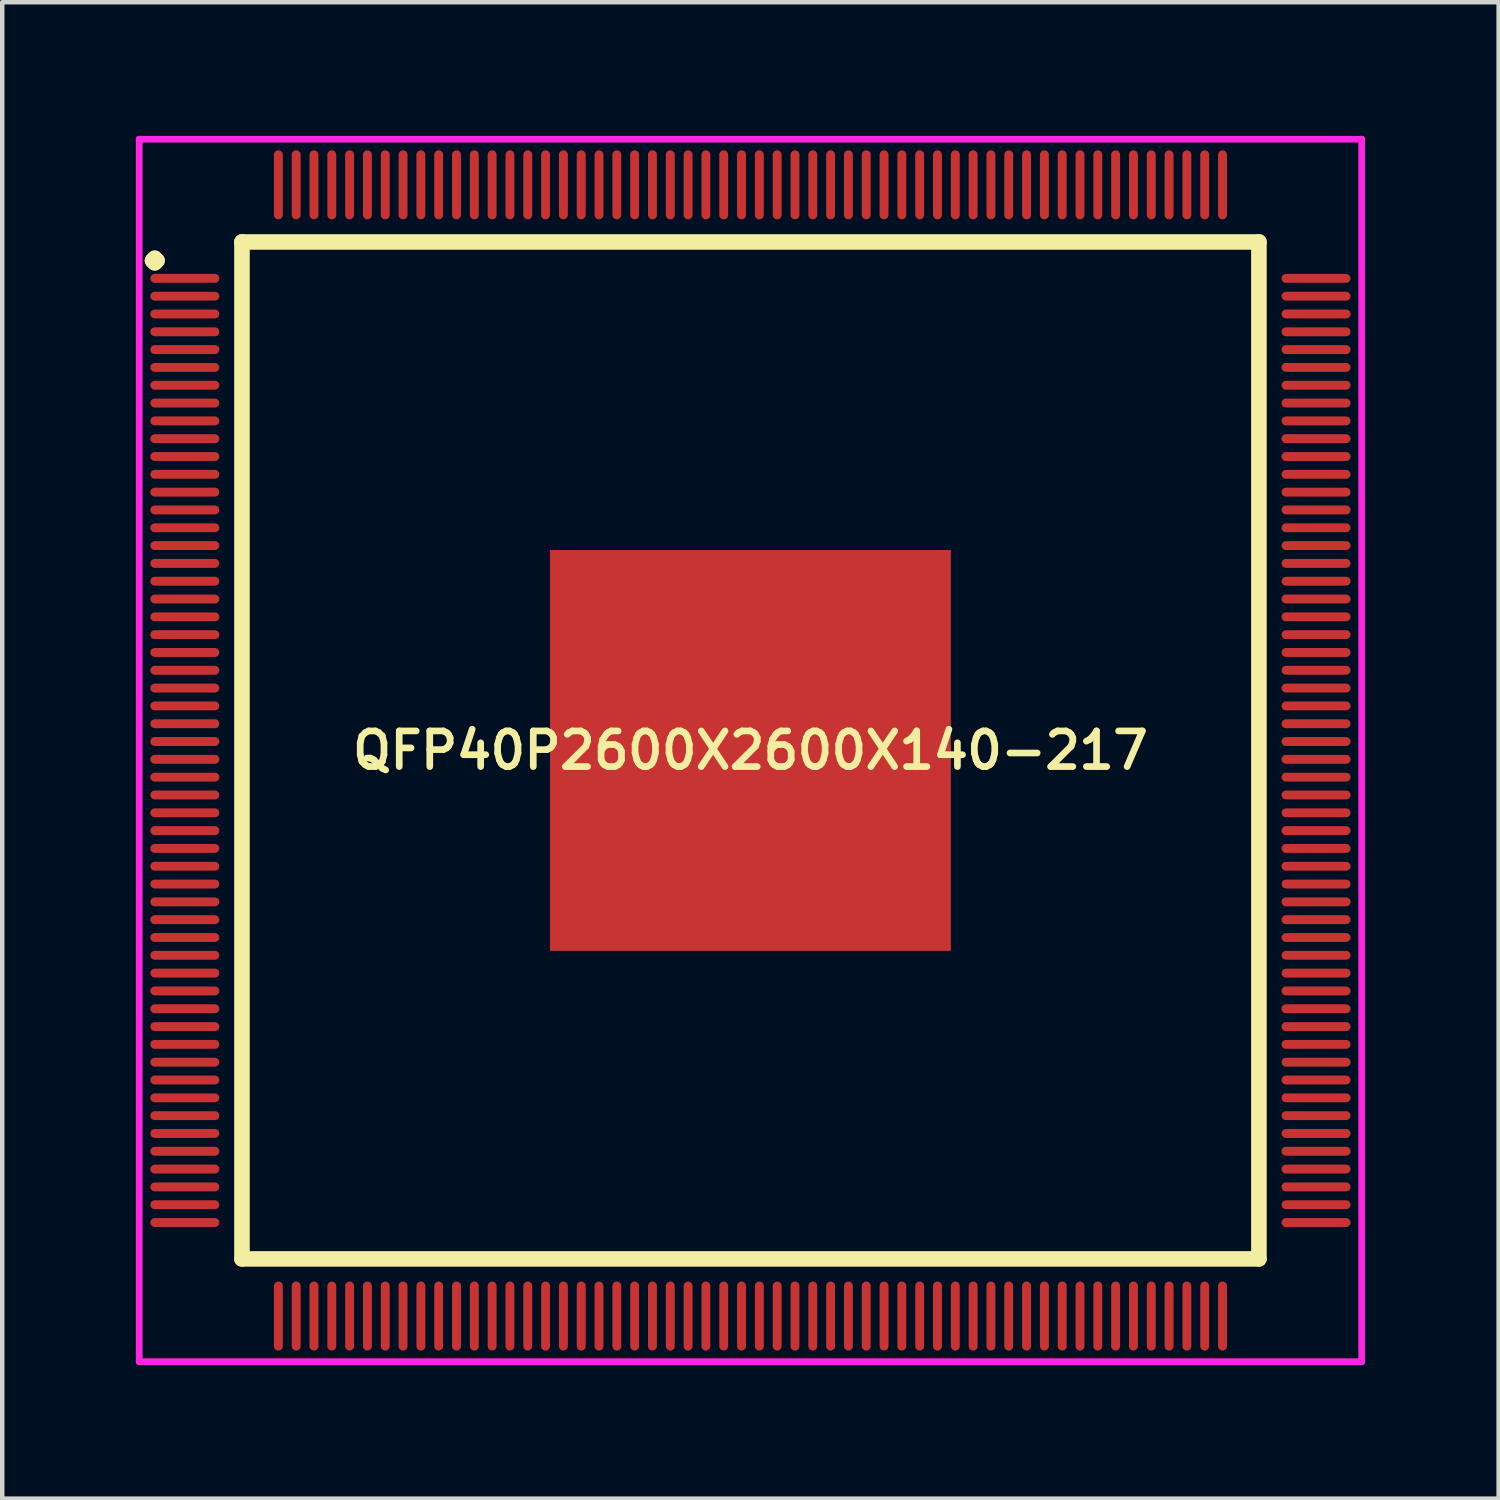
<source format=kicad_pcb>
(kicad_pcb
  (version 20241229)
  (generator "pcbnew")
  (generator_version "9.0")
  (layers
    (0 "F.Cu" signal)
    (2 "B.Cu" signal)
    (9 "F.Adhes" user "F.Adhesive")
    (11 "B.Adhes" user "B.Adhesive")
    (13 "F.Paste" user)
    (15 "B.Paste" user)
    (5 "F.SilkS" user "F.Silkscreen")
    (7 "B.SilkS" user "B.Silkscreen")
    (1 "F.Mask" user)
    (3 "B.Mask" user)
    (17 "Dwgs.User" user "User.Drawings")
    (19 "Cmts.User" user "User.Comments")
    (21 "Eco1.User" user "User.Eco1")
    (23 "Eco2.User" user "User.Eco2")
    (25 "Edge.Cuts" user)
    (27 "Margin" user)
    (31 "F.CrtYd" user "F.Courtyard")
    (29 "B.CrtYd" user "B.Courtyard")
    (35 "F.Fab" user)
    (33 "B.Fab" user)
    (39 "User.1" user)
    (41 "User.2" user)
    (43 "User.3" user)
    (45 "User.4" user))
  (footprint "QFP40P2600X2600X140-217"
    (layer "F.Cu")
    (at 13.8 13.8)
    (property "Reference" "QFP40P2600X2600X140-217" (at 0 0 0) (layer "F.SilkS") (effects (font (size 0.8 0.8) (thickness 0.15))))
    (attr smd)
    (fp_line (start -13.425 -11) (end -13.375 -11.05) (stroke (width 0.35) (type solid)) (layer "F.SilkS"))
    (fp_line (start -13.375 -11.05) (end -13.325 -11) (stroke (width 0.35) (type solid)) (layer "F.SilkS"))
    (fp_line (start -13.375 -10.95) (end -13.425 -11) (stroke (width 0.35) (type solid)) (layer "F.SilkS"))
    (fp_line (start -13.325 -11) (end -13.375 -10.95) (stroke (width 0.35) (type solid)) (layer "F.SilkS"))
    (fp_line (start -11.417 -11.417) (end -11.417 11.417) (stroke (width 0.35) (type solid)) (layer "F.SilkS"))
    (fp_line (start -11.417 11.417) (end 11.417 11.417) (stroke (width 0.35) (type solid)) (layer "F.SilkS"))
    (fp_line (start 11.417 -11.417) (end -11.417 -11.417) (stroke (width 0.35) (type solid)) (layer "F.SilkS"))
    (fp_line (start 11.417 11.417) (end 11.417 -11.417) (stroke (width 0.35) (type solid)) (layer "F.SilkS"))
    (fp_line (start -13.725 -13.725) (end 13.725 -13.725) (stroke (width 0.15) (type solid)) (layer "F.CrtYd"))
    (fp_line (start -13.725 13.725) (end -13.725 -13.725) (stroke (width 0.15) (type solid)) (layer "F.CrtYd"))
    (fp_line (start 13.725 -13.725) (end 13.725 13.725) (stroke (width 0.15) (type solid)) (layer "F.CrtYd"))
    (fp_line (start 13.725 13.725) (end -13.725 13.725) (stroke (width 0.15) (type solid)) (layer "F.CrtYd"))
    (pad "1" smd oval (at -12.7 -10.6) (size 1.55 0.2) (layers "F.Cu" "F.Mask" "F.Paste"))
    (pad "2" smd oval (at -12.7 -10.2) (size 1.55 0.2) (layers "F.Cu" "F.Mask" "F.Paste"))
    (pad "3" smd oval (at -12.7 -9.8) (size 1.55 0.2) (layers "F.Cu" "F.Mask" "F.Paste"))
    (pad "4" smd oval (at -12.7 -9.4) (size 1.55 0.2) (layers "F.Cu" "F.Mask" "F.Paste"))
    (pad "5" smd oval (at -12.7 -9) (size 1.55 0.2) (layers "F.Cu" "F.Mask" "F.Paste"))
    (pad "6" smd oval (at -12.7 -8.6) (size 1.55 0.2) (layers "F.Cu" "F.Mask" "F.Paste"))
    (pad "7" smd oval (at -12.7 -8.2) (size 1.55 0.2) (layers "F.Cu" "F.Mask" "F.Paste"))
    (pad "8" smd oval (at -12.7 -7.8) (size 1.55 0.2) (layers "F.Cu" "F.Mask" "F.Paste"))
    (pad "9" smd oval (at -12.7 -7.4) (size 1.55 0.2) (layers "F.Cu" "F.Mask" "F.Paste"))
    (pad "10" smd oval (at -12.7 -7) (size 1.55 0.2) (layers "F.Cu" "F.Mask" "F.Paste"))
    (pad "11" smd oval (at -12.7 -6.6) (size 1.55 0.2) (layers "F.Cu" "F.Mask" "F.Paste"))
    (pad "12" smd oval (at -12.7 -6.2) (size 1.55 0.2) (layers "F.Cu" "F.Mask" "F.Paste"))
    (pad "13" smd oval (at -12.7 -5.8) (size 1.55 0.2) (layers "F.Cu" "F.Mask" "F.Paste"))
    (pad "14" smd oval (at -12.7 -5.4) (size 1.55 0.2) (layers "F.Cu" "F.Mask" "F.Paste"))
    (pad "15" smd oval (at -12.7 -5) (size 1.55 0.2) (layers "F.Cu" "F.Mask" "F.Paste"))
    (pad "16" smd oval (at -12.7 -4.6) (size 1.55 0.2) (layers "F.Cu" "F.Mask" "F.Paste"))
    (pad "17" smd oval (at -12.7 -4.2) (size 1.55 0.2) (layers "F.Cu" "F.Mask" "F.Paste"))
    (pad "18" smd oval (at -12.7 -3.8) (size 1.55 0.2) (layers "F.Cu" "F.Mask" "F.Paste"))
    (pad "19" smd oval (at -12.7 -3.4) (size 1.55 0.2) (layers "F.Cu" "F.Mask" "F.Paste"))
    (pad "20" smd oval (at -12.7 -3) (size 1.55 0.2) (layers "F.Cu" "F.Mask" "F.Paste"))
    (pad "21" smd oval (at -12.7 -2.6) (size 1.55 0.2) (layers "F.Cu" "F.Mask" "F.Paste"))
    (pad "22" smd oval (at -12.7 -2.2) (size 1.55 0.2) (layers "F.Cu" "F.Mask" "F.Paste"))
    (pad "23" smd oval (at -12.7 -1.8) (size 1.55 0.2) (layers "F.Cu" "F.Mask" "F.Paste"))
    (pad "24" smd oval (at -12.7 -1.4) (size 1.55 0.2) (layers "F.Cu" "F.Mask" "F.Paste"))
    (pad "25" smd oval (at -12.7 -1) (size 1.55 0.2) (layers "F.Cu" "F.Mask" "F.Paste"))
    (pad "26" smd oval (at -12.7 -0.6) (size 1.55 0.2) (layers "F.Cu" "F.Mask" "F.Paste"))
    (pad "27" smd oval (at -12.7 -0.2) (size 1.55 0.2) (layers "F.Cu" "F.Mask" "F.Paste"))
    (pad "28" smd oval (at -12.7 0.2) (size 1.55 0.2) (layers "F.Cu" "F.Mask" "F.Paste"))
    (pad "29" smd oval (at -12.7 0.6) (size 1.55 0.2) (layers "F.Cu" "F.Mask" "F.Paste"))
    (pad "30" smd oval (at -12.7 1) (size 1.55 0.2) (layers "F.Cu" "F.Mask" "F.Paste"))
    (pad "31" smd oval (at -12.7 1.4) (size 1.55 0.2) (layers "F.Cu" "F.Mask" "F.Paste"))
    (pad "32" smd oval (at -12.7 1.8) (size 1.55 0.2) (layers "F.Cu" "F.Mask" "F.Paste"))
    (pad "33" smd oval (at -12.7 2.2) (size 1.55 0.2) (layers "F.Cu" "F.Mask" "F.Paste"))
    (pad "34" smd oval (at -12.7 2.6) (size 1.55 0.2) (layers "F.Cu" "F.Mask" "F.Paste"))
    (pad "35" smd oval (at -12.7 3) (size 1.55 0.2) (layers "F.Cu" "F.Mask" "F.Paste"))
    (pad "36" smd oval (at -12.7 3.4) (size 1.55 0.2) (layers "F.Cu" "F.Mask" "F.Paste"))
    (pad "37" smd oval (at -12.7 3.8) (size 1.55 0.2) (layers "F.Cu" "F.Mask" "F.Paste"))
    (pad "38" smd oval (at -12.7 4.2) (size 1.55 0.2) (layers "F.Cu" "F.Mask" "F.Paste"))
    (pad "39" smd oval (at -12.7 4.6) (size 1.55 0.2) (layers "F.Cu" "F.Mask" "F.Paste"))
    (pad "40" smd oval (at -12.7 5) (size 1.55 0.2) (layers "F.Cu" "F.Mask" "F.Paste"))
    (pad "41" smd oval (at -12.7 5.4) (size 1.55 0.2) (layers "F.Cu" "F.Mask" "F.Paste"))
    (pad "42" smd oval (at -12.7 5.8) (size 1.55 0.2) (layers "F.Cu" "F.Mask" "F.Paste"))
    (pad "43" smd oval (at -12.7 6.2) (size 1.55 0.2) (layers "F.Cu" "F.Mask" "F.Paste"))
    (pad "44" smd oval (at -12.7 6.6) (size 1.55 0.2) (layers "F.Cu" "F.Mask" "F.Paste"))
    (pad "45" smd oval (at -12.7 7) (size 1.55 0.2) (layers "F.Cu" "F.Mask" "F.Paste"))
    (pad "46" smd oval (at -12.7 7.4) (size 1.55 0.2) (layers "F.Cu" "F.Mask" "F.Paste"))
    (pad "47" smd oval (at -12.7 7.8) (size 1.55 0.2) (layers "F.Cu" "F.Mask" "F.Paste"))
    (pad "48" smd oval (at -12.7 8.2) (size 1.55 0.2) (layers "F.Cu" "F.Mask" "F.Paste"))
    (pad "49" smd oval (at -12.7 8.6) (size 1.55 0.2) (layers "F.Cu" "F.Mask" "F.Paste"))
    (pad "50" smd oval (at -12.7 9) (size 1.55 0.2) (layers "F.Cu" "F.Mask" "F.Paste"))
    (pad "51" smd oval (at -12.7 9.4) (size 1.55 0.2) (layers "F.Cu" "F.Mask" "F.Paste"))
    (pad "52" smd oval (at -12.7 9.8) (size 1.55 0.2) (layers "F.Cu" "F.Mask" "F.Paste"))
    (pad "53" smd oval (at -12.7 10.2) (size 1.55 0.2) (layers "F.Cu" "F.Mask" "F.Paste"))
    (pad "54" smd oval (at -12.7 10.6) (size 1.55 0.2) (layers "F.Cu" "F.Mask" "F.Paste"))
    (pad "55" smd oval (at -10.6 12.7) (size 0.2 1.55) (layers "F.Cu" "F.Mask" "F.Paste"))
    (pad "56" smd oval (at -10.2 12.7) (size 0.2 1.55) (layers "F.Cu" "F.Mask" "F.Paste"))
    (pad "57" smd oval (at -9.8 12.7) (size 0.2 1.55) (layers "F.Cu" "F.Mask" "F.Paste"))
    (pad "58" smd oval (at -9.4 12.7) (size 0.2 1.55) (layers "F.Cu" "F.Mask" "F.Paste"))
    (pad "59" smd oval (at -9 12.7) (size 0.2 1.55) (layers "F.Cu" "F.Mask" "F.Paste"))
    (pad "60" smd oval (at -8.6 12.7) (size 0.2 1.55) (layers "F.Cu" "F.Mask" "F.Paste"))
    (pad "61" smd oval (at -8.2 12.7) (size 0.2 1.55) (layers "F.Cu" "F.Mask" "F.Paste"))
    (pad "62" smd oval (at -7.8 12.7) (size 0.2 1.55) (layers "F.Cu" "F.Mask" "F.Paste"))
    (pad "63" smd oval (at -7.4 12.7) (size 0.2 1.55) (layers "F.Cu" "F.Mask" "F.Paste"))
    (pad "64" smd oval (at -7 12.7) (size 0.2 1.55) (layers "F.Cu" "F.Mask" "F.Paste"))
    (pad "65" smd oval (at -6.6 12.7) (size 0.2 1.55) (layers "F.Cu" "F.Mask" "F.Paste"))
    (pad "66" smd oval (at -6.2 12.7) (size 0.2 1.55) (layers "F.Cu" "F.Mask" "F.Paste"))
    (pad "67" smd oval (at -5.8 12.7) (size 0.2 1.55) (layers "F.Cu" "F.Mask" "F.Paste"))
    (pad "68" smd oval (at -5.4 12.7) (size 0.2 1.55) (layers "F.Cu" "F.Mask" "F.Paste"))
    (pad "69" smd oval (at -5 12.7) (size 0.2 1.55) (layers "F.Cu" "F.Mask" "F.Paste"))
    (pad "70" smd oval (at -4.6 12.7) (size 0.2 1.55) (layers "F.Cu" "F.Mask" "F.Paste"))
    (pad "71" smd oval (at -4.2 12.7) (size 0.2 1.55) (layers "F.Cu" "F.Mask" "F.Paste"))
    (pad "72" smd oval (at -3.8 12.7) (size 0.2 1.55) (layers "F.Cu" "F.Mask" "F.Paste"))
    (pad "73" smd oval (at -3.4 12.7) (size 0.2 1.55) (layers "F.Cu" "F.Mask" "F.Paste"))
    (pad "74" smd oval (at -3 12.7) (size 0.2 1.55) (layers "F.Cu" "F.Mask" "F.Paste"))
    (pad "75" smd oval (at -2.6 12.7) (size 0.2 1.55) (layers "F.Cu" "F.Mask" "F.Paste"))
    (pad "76" smd oval (at -2.2 12.7) (size 0.2 1.55) (layers "F.Cu" "F.Mask" "F.Paste"))
    (pad "77" smd oval (at -1.8 12.7) (size 0.2 1.55) (layers "F.Cu" "F.Mask" "F.Paste"))
    (pad "78" smd oval (at -1.4 12.7) (size 0.2 1.55) (layers "F.Cu" "F.Mask" "F.Paste"))
    (pad "79" smd oval (at -1 12.7) (size 0.2 1.55) (layers "F.Cu" "F.Mask" "F.Paste"))
    (pad "80" smd oval (at -0.6 12.7) (size 0.2 1.55) (layers "F.Cu" "F.Mask" "F.Paste"))
    (pad "81" smd oval (at -0.2 12.7) (size 0.2 1.55) (layers "F.Cu" "F.Mask" "F.Paste"))
    (pad "82" smd oval (at 0.2 12.7) (size 0.2 1.55) (layers "F.Cu" "F.Mask" "F.Paste"))
    (pad "83" smd oval (at 0.6 12.7) (size 0.2 1.55) (layers "F.Cu" "F.Mask" "F.Paste"))
    (pad "84" smd oval (at 1 12.7) (size 0.2 1.55) (layers "F.Cu" "F.Mask" "F.Paste"))
    (pad "85" smd oval (at 1.4 12.7) (size 0.2 1.55) (layers "F.Cu" "F.Mask" "F.Paste"))
    (pad "86" smd oval (at 1.8 12.7) (size 0.2 1.55) (layers "F.Cu" "F.Mask" "F.Paste"))
    (pad "87" smd oval (at 2.2 12.7) (size 0.2 1.55) (layers "F.Cu" "F.Mask" "F.Paste"))
    (pad "88" smd oval (at 2.6 12.7) (size 0.2 1.55) (layers "F.Cu" "F.Mask" "F.Paste"))
    (pad "89" smd oval (at 3 12.7) (size 0.2 1.55) (layers "F.Cu" "F.Mask" "F.Paste"))
    (pad "90" smd oval (at 3.4 12.7) (size 0.2 1.55) (layers "F.Cu" "F.Mask" "F.Paste"))
    (pad "91" smd oval (at 3.8 12.7) (size 0.2 1.55) (layers "F.Cu" "F.Mask" "F.Paste"))
    (pad "92" smd oval (at 4.2 12.7) (size 0.2 1.55) (layers "F.Cu" "F.Mask" "F.Paste"))
    (pad "93" smd oval (at 4.6 12.7) (size 0.2 1.55) (layers "F.Cu" "F.Mask" "F.Paste"))
    (pad "94" smd oval (at 5 12.7) (size 0.2 1.55) (layers "F.Cu" "F.Mask" "F.Paste"))
    (pad "95" smd oval (at 5.4 12.7) (size 0.2 1.55) (layers "F.Cu" "F.Mask" "F.Paste"))
    (pad "96" smd oval (at 5.8 12.7) (size 0.2 1.55) (layers "F.Cu" "F.Mask" "F.Paste"))
    (pad "97" smd oval (at 6.2 12.7) (size 0.2 1.55) (layers "F.Cu" "F.Mask" "F.Paste"))
    (pad "98" smd oval (at 6.6 12.7) (size 0.2 1.55) (layers "F.Cu" "F.Mask" "F.Paste"))
    (pad "99" smd oval (at 7 12.7) (size 0.2 1.55) (layers "F.Cu" "F.Mask" "F.Paste"))
    (pad "100" smd oval (at 7.4 12.7) (size 0.2 1.55) (layers "F.Cu" "F.Mask" "F.Paste"))
    (pad "101" smd oval (at 7.8 12.7) (size 0.2 1.55) (layers "F.Cu" "F.Mask" "F.Paste"))
    (pad "102" smd oval (at 8.2 12.7) (size 0.2 1.55) (layers "F.Cu" "F.Mask" "F.Paste"))
    (pad "103" smd oval (at 8.6 12.7) (size 0.2 1.55) (layers "F.Cu" "F.Mask" "F.Paste"))
    (pad "104" smd oval (at 9 12.7) (size 0.2 1.55) (layers "F.Cu" "F.Mask" "F.Paste"))
    (pad "105" smd oval (at 9.4 12.7) (size 0.2 1.55) (layers "F.Cu" "F.Mask" "F.Paste"))
    (pad "106" smd oval (at 9.8 12.7) (size 0.2 1.55) (layers "F.Cu" "F.Mask" "F.Paste"))
    (pad "107" smd oval (at 10.2 12.7) (size 0.2 1.55) (layers "F.Cu" "F.Mask" "F.Paste"))
    (pad "108" smd oval (at 10.6 12.7) (size 0.2 1.55) (layers "F.Cu" "F.Mask" "F.Paste"))
    (pad "109" smd oval (at 12.7 10.6) (size 1.55 0.2) (layers "F.Cu" "F.Mask" "F.Paste"))
    (pad "110" smd oval (at 12.7 10.2) (size 1.55 0.2) (layers "F.Cu" "F.Mask" "F.Paste"))
    (pad "111" smd oval (at 12.7 9.8) (size 1.55 0.2) (layers "F.Cu" "F.Mask" "F.Paste"))
    (pad "112" smd oval (at 12.7 9.4) (size 1.55 0.2) (layers "F.Cu" "F.Mask" "F.Paste"))
    (pad "113" smd oval (at 12.7 9) (size 1.55 0.2) (layers "F.Cu" "F.Mask" "F.Paste"))
    (pad "114" smd oval (at 12.7 8.6) (size 1.55 0.2) (layers "F.Cu" "F.Mask" "F.Paste"))
    (pad "115" smd oval (at 12.7 8.2) (size 1.55 0.2) (layers "F.Cu" "F.Mask" "F.Paste"))
    (pad "116" smd oval (at 12.7 7.8) (size 1.55 0.2) (layers "F.Cu" "F.Mask" "F.Paste"))
    (pad "117" smd oval (at 12.7 7.4) (size 1.55 0.2) (layers "F.Cu" "F.Mask" "F.Paste"))
    (pad "118" smd oval (at 12.7 7) (size 1.55 0.2) (layers "F.Cu" "F.Mask" "F.Paste"))
    (pad "119" smd oval (at 12.7 6.6) (size 1.55 0.2) (layers "F.Cu" "F.Mask" "F.Paste"))
    (pad "120" smd oval (at 12.7 6.2) (size 1.55 0.2) (layers "F.Cu" "F.Mask" "F.Paste"))
    (pad "121" smd oval (at 12.7 5.8) (size 1.55 0.2) (layers "F.Cu" "F.Mask" "F.Paste"))
    (pad "122" smd oval (at 12.7 5.4) (size 1.55 0.2) (layers "F.Cu" "F.Mask" "F.Paste"))
    (pad "123" smd oval (at 12.7 5) (size 1.55 0.2) (layers "F.Cu" "F.Mask" "F.Paste"))
    (pad "124" smd oval (at 12.7 4.6) (size 1.55 0.2) (layers "F.Cu" "F.Mask" "F.Paste"))
    (pad "125" smd oval (at 12.7 4.2) (size 1.55 0.2) (layers "F.Cu" "F.Mask" "F.Paste"))
    (pad "126" smd oval (at 12.7 3.8) (size 1.55 0.2) (layers "F.Cu" "F.Mask" "F.Paste"))
    (pad "127" smd oval (at 12.7 3.4) (size 1.55 0.2) (layers "F.Cu" "F.Mask" "F.Paste"))
    (pad "128" smd oval (at 12.7 3) (size 1.55 0.2) (layers "F.Cu" "F.Mask" "F.Paste"))
    (pad "129" smd oval (at 12.7 2.6) (size 1.55 0.2) (layers "F.Cu" "F.Mask" "F.Paste"))
    (pad "130" smd oval (at 12.7 2.2) (size 1.55 0.2) (layers "F.Cu" "F.Mask" "F.Paste"))
    (pad "131" smd oval (at 12.7 1.8) (size 1.55 0.2) (layers "F.Cu" "F.Mask" "F.Paste"))
    (pad "132" smd oval (at 12.7 1.4) (size 1.55 0.2) (layers "F.Cu" "F.Mask" "F.Paste"))
    (pad "133" smd oval (at 12.7 1) (size 1.55 0.2) (layers "F.Cu" "F.Mask" "F.Paste"))
    (pad "134" smd oval (at 12.7 0.6) (size 1.55 0.2) (layers "F.Cu" "F.Mask" "F.Paste"))
    (pad "135" smd oval (at 12.7 0.2) (size 1.55 0.2) (layers "F.Cu" "F.Mask" "F.Paste"))
    (pad "136" smd oval (at 12.7 -0.2) (size 1.55 0.2) (layers "F.Cu" "F.Mask" "F.Paste"))
    (pad "137" smd oval (at 12.7 -0.6) (size 1.55 0.2) (layers "F.Cu" "F.Mask" "F.Paste"))
    (pad "138" smd oval (at 12.7 -1) (size 1.55 0.2) (layers "F.Cu" "F.Mask" "F.Paste"))
    (pad "139" smd oval (at 12.7 -1.4) (size 1.55 0.2) (layers "F.Cu" "F.Mask" "F.Paste"))
    (pad "140" smd oval (at 12.7 -1.8) (size 1.55 0.2) (layers "F.Cu" "F.Mask" "F.Paste"))
    (pad "141" smd oval (at 12.7 -2.2) (size 1.55 0.2) (layers "F.Cu" "F.Mask" "F.Paste"))
    (pad "142" smd oval (at 12.7 -2.6) (size 1.55 0.2) (layers "F.Cu" "F.Mask" "F.Paste"))
    (pad "143" smd oval (at 12.7 -3) (size 1.55 0.2) (layers "F.Cu" "F.Mask" "F.Paste"))
    (pad "144" smd oval (at 12.7 -3.4) (size 1.55 0.2) (layers "F.Cu" "F.Mask" "F.Paste"))
    (pad "145" smd oval (at 12.7 -3.8) (size 1.55 0.2) (layers "F.Cu" "F.Mask" "F.Paste"))
    (pad "146" smd oval (at 12.7 -4.2) (size 1.55 0.2) (layers "F.Cu" "F.Mask" "F.Paste"))
    (pad "147" smd oval (at 12.7 -4.6) (size 1.55 0.2) (layers "F.Cu" "F.Mask" "F.Paste"))
    (pad "148" smd oval (at 12.7 -5) (size 1.55 0.2) (layers "F.Cu" "F.Mask" "F.Paste"))
    (pad "149" smd oval (at 12.7 -5.4) (size 1.55 0.2) (layers "F.Cu" "F.Mask" "F.Paste"))
    (pad "150" smd oval (at 12.7 -5.8) (size 1.55 0.2) (layers "F.Cu" "F.Mask" "F.Paste"))
    (pad "151" smd oval (at 12.7 -6.2) (size 1.55 0.2) (layers "F.Cu" "F.Mask" "F.Paste"))
    (pad "152" smd oval (at 12.7 -6.6) (size 1.55 0.2) (layers "F.Cu" "F.Mask" "F.Paste"))
    (pad "153" smd oval (at 12.7 -7) (size 1.55 0.2) (layers "F.Cu" "F.Mask" "F.Paste"))
    (pad "154" smd oval (at 12.7 -7.4) (size 1.55 0.2) (layers "F.Cu" "F.Mask" "F.Paste"))
    (pad "155" smd oval (at 12.7 -7.8) (size 1.55 0.2) (layers "F.Cu" "F.Mask" "F.Paste"))
    (pad "156" smd oval (at 12.7 -8.2) (size 1.55 0.2) (layers "F.Cu" "F.Mask" "F.Paste"))
    (pad "157" smd oval (at 12.7 -8.6) (size 1.55 0.2) (layers "F.Cu" "F.Mask" "F.Paste"))
    (pad "158" smd oval (at 12.7 -9) (size 1.55 0.2) (layers "F.Cu" "F.Mask" "F.Paste"))
    (pad "159" smd oval (at 12.7 -9.4) (size 1.55 0.2) (layers "F.Cu" "F.Mask" "F.Paste"))
    (pad "160" smd oval (at 12.7 -9.8) (size 1.55 0.2) (layers "F.Cu" "F.Mask" "F.Paste"))
    (pad "161" smd oval (at 12.7 -10.2) (size 1.55 0.2) (layers "F.Cu" "F.Mask" "F.Paste"))
    (pad "162" smd oval (at 12.7 -10.6) (size 1.55 0.2) (layers "F.Cu" "F.Mask" "F.Paste"))
    (pad "163" smd oval (at 10.6 -12.7) (size 0.2 1.55) (layers "F.Cu" "F.Mask" "F.Paste"))
    (pad "164" smd oval (at 10.2 -12.7) (size 0.2 1.55) (layers "F.Cu" "F.Mask" "F.Paste"))
    (pad "165" smd oval (at 9.8 -12.7) (size 0.2 1.55) (layers "F.Cu" "F.Mask" "F.Paste"))
    (pad "166" smd oval (at 9.4 -12.7) (size 0.2 1.55) (layers "F.Cu" "F.Mask" "F.Paste"))
    (pad "167" smd oval (at 9 -12.7) (size 0.2 1.55) (layers "F.Cu" "F.Mask" "F.Paste"))
    (pad "168" smd oval (at 8.6 -12.7) (size 0.2 1.55) (layers "F.Cu" "F.Mask" "F.Paste"))
    (pad "169" smd oval (at 8.2 -12.7) (size 0.2 1.55) (layers "F.Cu" "F.Mask" "F.Paste"))
    (pad "170" smd oval (at 7.8 -12.7) (size 0.2 1.55) (layers "F.Cu" "F.Mask" "F.Paste"))
    (pad "171" smd oval (at 7.4 -12.7) (size 0.2 1.55) (layers "F.Cu" "F.Mask" "F.Paste"))
    (pad "172" smd oval (at 7 -12.7) (size 0.2 1.55) (layers "F.Cu" "F.Mask" "F.Paste"))
    (pad "173" smd oval (at 6.6 -12.7) (size 0.2 1.55) (layers "F.Cu" "F.Mask" "F.Paste"))
    (pad "174" smd oval (at 6.2 -12.7) (size 0.2 1.55) (layers "F.Cu" "F.Mask" "F.Paste"))
    (pad "175" smd oval (at 5.8 -12.7) (size 0.2 1.55) (layers "F.Cu" "F.Mask" "F.Paste"))
    (pad "176" smd oval (at 5.4 -12.7) (size 0.2 1.55) (layers "F.Cu" "F.Mask" "F.Paste"))
    (pad "177" smd oval (at 5 -12.7) (size 0.2 1.55) (layers "F.Cu" "F.Mask" "F.Paste"))
    (pad "178" smd oval (at 4.6 -12.7) (size 0.2 1.55) (layers "F.Cu" "F.Mask" "F.Paste"))
    (pad "179" smd oval (at 4.2 -12.7) (size 0.2 1.55) (layers "F.Cu" "F.Mask" "F.Paste"))
    (pad "180" smd oval (at 3.8 -12.7) (size 0.2 1.55) (layers "F.Cu" "F.Mask" "F.Paste"))
    (pad "181" smd oval (at 3.4 -12.7) (size 0.2 1.55) (layers "F.Cu" "F.Mask" "F.Paste"))
    (pad "182" smd oval (at 3 -12.7) (size 0.2 1.55) (layers "F.Cu" "F.Mask" "F.Paste"))
    (pad "183" smd oval (at 2.6 -12.7) (size 0.2 1.55) (layers "F.Cu" "F.Mask" "F.Paste"))
    (pad "184" smd oval (at 2.2 -12.7) (size 0.2 1.55) (layers "F.Cu" "F.Mask" "F.Paste"))
    (pad "185" smd oval (at 1.8 -12.7) (size 0.2 1.55) (layers "F.Cu" "F.Mask" "F.Paste"))
    (pad "186" smd oval (at 1.4 -12.7) (size 0.2 1.55) (layers "F.Cu" "F.Mask" "F.Paste"))
    (pad "187" smd oval (at 1 -12.7) (size 0.2 1.55) (layers "F.Cu" "F.Mask" "F.Paste"))
    (pad "188" smd oval (at 0.6 -12.7) (size 0.2 1.55) (layers "F.Cu" "F.Mask" "F.Paste"))
    (pad "189" smd oval (at 0.2 -12.7) (size 0.2 1.55) (layers "F.Cu" "F.Mask" "F.Paste"))
    (pad "190" smd oval (at -0.2 -12.7) (size 0.2 1.55) (layers "F.Cu" "F.Mask" "F.Paste"))
    (pad "191" smd oval (at -0.6 -12.7) (size 0.2 1.55) (layers "F.Cu" "F.Mask" "F.Paste"))
    (pad "192" smd oval (at -1 -12.7) (size 0.2 1.55) (layers "F.Cu" "F.Mask" "F.Paste"))
    (pad "193" smd oval (at -1.4 -12.7) (size 0.2 1.55) (layers "F.Cu" "F.Mask" "F.Paste"))
    (pad "194" smd oval (at -1.8 -12.7) (size 0.2 1.55) (layers "F.Cu" "F.Mask" "F.Paste"))
    (pad "195" smd oval (at -2.2 -12.7) (size 0.2 1.55) (layers "F.Cu" "F.Mask" "F.Paste"))
    (pad "196" smd oval (at -2.6 -12.7) (size 0.2 1.55) (layers "F.Cu" "F.Mask" "F.Paste"))
    (pad "197" smd oval (at -3 -12.7) (size 0.2 1.55) (layers "F.Cu" "F.Mask" "F.Paste"))
    (pad "198" smd oval (at -3.4 -12.7) (size 0.2 1.55) (layers "F.Cu" "F.Mask" "F.Paste"))
    (pad "199" smd oval (at -3.8 -12.7) (size 0.2 1.55) (layers "F.Cu" "F.Mask" "F.Paste"))
    (pad "200" smd oval (at -4.2 -12.7) (size 0.2 1.55) (layers "F.Cu" "F.Mask" "F.Paste"))
    (pad "201" smd oval (at -4.6 -12.7) (size 0.2 1.55) (layers "F.Cu" "F.Mask" "F.Paste"))
    (pad "202" smd oval (at -5 -12.7) (size 0.2 1.55) (layers "F.Cu" "F.Mask" "F.Paste"))
    (pad "203" smd oval (at -5.4 -12.7) (size 0.2 1.55) (layers "F.Cu" "F.Mask" "F.Paste"))
    (pad "204" smd oval (at -5.8 -12.7) (size 0.2 1.55) (layers "F.Cu" "F.Mask" "F.Paste"))
    (pad "205" smd oval (at -6.2 -12.7) (size 0.2 1.55) (layers "F.Cu" "F.Mask" "F.Paste"))
    (pad "206" smd oval (at -6.6 -12.7) (size 0.2 1.55) (layers "F.Cu" "F.Mask" "F.Paste"))
    (pad "207" smd oval (at -7 -12.7) (size 0.2 1.55) (layers "F.Cu" "F.Mask" "F.Paste"))
    (pad "208" smd oval (at -7.4 -12.7) (size 0.2 1.55) (layers "F.Cu" "F.Mask" "F.Paste"))
    (pad "209" smd oval (at -7.8 -12.7) (size 0.2 1.55) (layers "F.Cu" "F.Mask" "F.Paste"))
    (pad "210" smd oval (at -8.2 -12.7) (size 0.2 1.55) (layers "F.Cu" "F.Mask" "F.Paste"))
    (pad "211" smd oval (at -8.6 -12.7) (size 0.2 1.55) (layers "F.Cu" "F.Mask" "F.Paste"))
    (pad "212" smd oval (at -9 -12.7) (size 0.2 1.55) (layers "F.Cu" "F.Mask" "F.Paste"))
    (pad "213" smd oval (at -9.4 -12.7) (size 0.2 1.55) (layers "F.Cu" "F.Mask" "F.Paste"))
    (pad "214" smd oval (at -9.8 -12.7) (size 0.2 1.55) (layers "F.Cu" "F.Mask" "F.Paste"))
    (pad "215" smd oval (at -10.2 -12.7) (size 0.2 1.55) (layers "F.Cu" "F.Mask" "F.Paste"))
    (pad "216" smd oval (at -10.6 -12.7) (size 0.2 1.55) (layers "F.Cu" "F.Mask" "F.Paste"))
    (pad "217" smd rect (at 0 0) (size 9 9) (layers "F.Cu" "F.Mask" "F.Paste")))
  (gr_rect
    (start -3 -3)
    (end 30.6 30.6)
    (stroke (width 0.1) (type default))
    (fill no)
    (layer "Edge.Cuts")))
</source>
